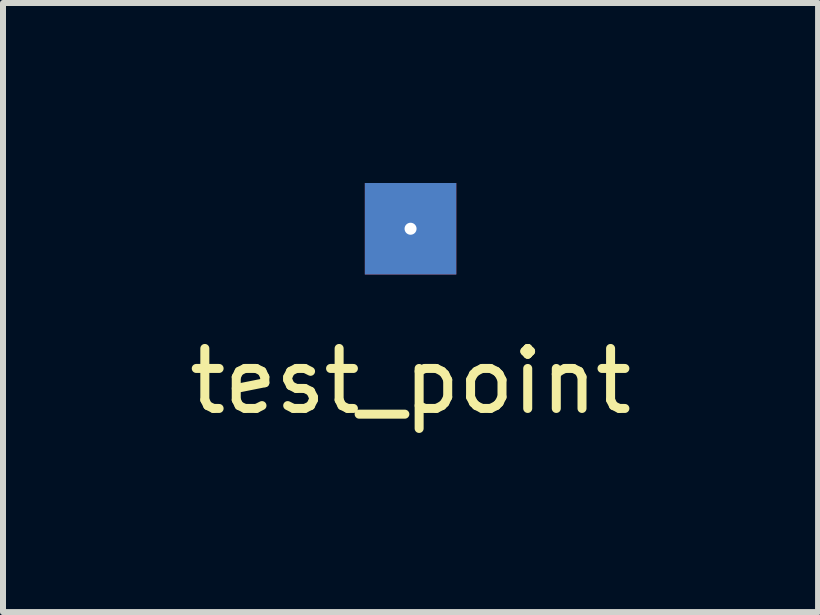
<source format=kicad_pcb>
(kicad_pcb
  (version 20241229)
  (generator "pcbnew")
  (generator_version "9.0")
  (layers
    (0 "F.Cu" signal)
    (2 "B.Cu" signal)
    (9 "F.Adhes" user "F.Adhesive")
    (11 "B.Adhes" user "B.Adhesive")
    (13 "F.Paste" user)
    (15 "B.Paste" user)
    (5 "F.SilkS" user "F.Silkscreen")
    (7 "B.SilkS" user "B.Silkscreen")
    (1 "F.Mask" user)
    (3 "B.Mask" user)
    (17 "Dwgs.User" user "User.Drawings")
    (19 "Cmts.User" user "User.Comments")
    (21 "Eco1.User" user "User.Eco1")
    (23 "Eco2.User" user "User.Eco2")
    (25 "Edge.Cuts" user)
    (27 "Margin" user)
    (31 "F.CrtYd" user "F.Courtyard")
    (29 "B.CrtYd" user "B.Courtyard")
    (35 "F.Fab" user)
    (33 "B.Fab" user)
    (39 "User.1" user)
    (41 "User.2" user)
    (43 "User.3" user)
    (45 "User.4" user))
  (footprint "test_point"
    (layer "F.Cu")
    (at 3.792 0.762)
    (property "Reference" "test_point" (at 0 2.54 0) (layer "F.SilkS") (effects (font (size 1 1) (thickness 0.15))))
    (attr through_hole)
    (pad "1" thru_hole rect (at 0 0) (size 1.524 1.524) (drill 0.2) (layers "*.Cu" "*.Mask")))
  (gr_rect
    (start -3 -3)
    (end 10.583 7.15)
    (stroke (width 0.1) (type default))
    (fill no)
    (layer "Edge.Cuts")))
</source>
